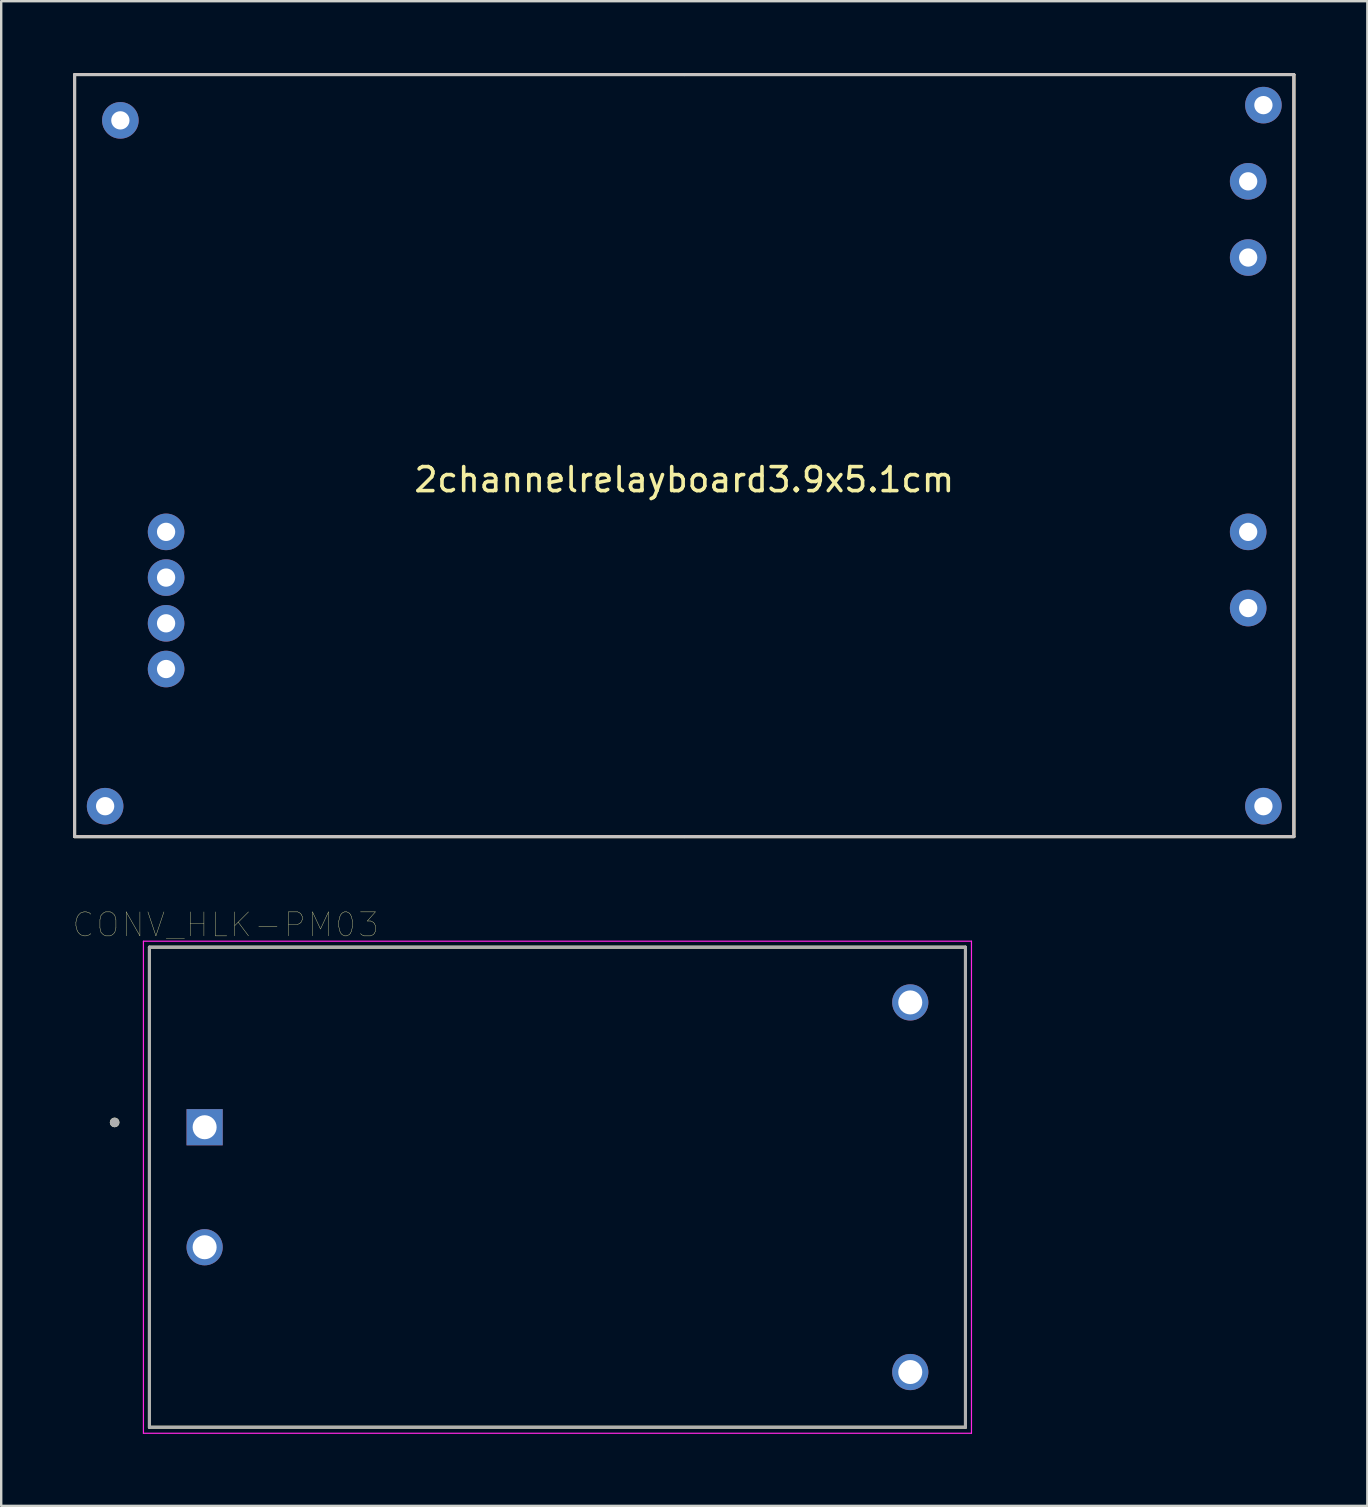
<source format=kicad_pcb>
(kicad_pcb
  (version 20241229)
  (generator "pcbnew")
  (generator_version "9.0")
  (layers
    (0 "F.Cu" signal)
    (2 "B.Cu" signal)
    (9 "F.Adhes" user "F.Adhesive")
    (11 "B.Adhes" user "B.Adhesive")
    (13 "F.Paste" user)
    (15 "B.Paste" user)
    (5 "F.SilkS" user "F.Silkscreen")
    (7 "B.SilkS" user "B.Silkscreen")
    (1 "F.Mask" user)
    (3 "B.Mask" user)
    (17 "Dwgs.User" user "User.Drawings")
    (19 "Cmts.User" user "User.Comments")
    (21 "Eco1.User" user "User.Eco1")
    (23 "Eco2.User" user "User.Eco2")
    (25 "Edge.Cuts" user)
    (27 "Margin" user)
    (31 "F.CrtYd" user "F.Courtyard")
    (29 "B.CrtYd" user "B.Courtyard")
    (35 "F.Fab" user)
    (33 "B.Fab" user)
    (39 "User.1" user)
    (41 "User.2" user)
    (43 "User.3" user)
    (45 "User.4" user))
  (footprint "2channelrelayboard3.9x5.1cm"
    (layer "F.Cu")
    (at 25.46 15.935)
    (property "Reference" "2channelrelayboard3.9x5.1cm" (at 0 1 0) (layer "F.SilkS") (effects (font (size 1 1) (thickness 0.15))))
    (attr through_hole)
    (fp_line (start -25.4 -15.875) (end 25.4 -15.875) (stroke (width 0.12) (type solid)) (layer "B.Mask"))
    (fp_line (start -25.4 15.875) (end -25.4 -15.875) (stroke (width 0.12) (type solid)) (layer "B.Mask"))
    (fp_line (start 25.4 -15.875) (end 25.4 15.875) (stroke (width 0.12) (type solid)) (layer "B.Mask"))
    (fp_line (start 25.4 15.875) (end -25.4 15.875) (stroke (width 0.12) (type solid)) (layer "B.Mask"))
    (fp_line (start -25.4 -15.875) (end 25.4 -15.875) (stroke (width 0.12) (type solid)) (layer "F.SilkS"))
    (fp_line (start -25.4 15.875) (end -25.4 -15.875) (stroke (width 0.12) (type solid)) (layer "F.SilkS"))
    (fp_line (start 25.4 -15.875) (end 25.4 15.875) (stroke (width 0.12) (type solid)) (layer "F.SilkS"))
    (fp_line (start 25.4 15.875) (end -25.4 15.875) (stroke (width 0.12) (type solid)) (layer "F.SilkS"))
    (fp_line (start -25.4 -15.875) (end 25.4 -15.875) (stroke (width 0.12) (type solid)) (layer "B.SilkS"))
    (fp_line (start -25.4 15.875) (end -25.4 -15.875) (stroke (width 0.12) (type solid)) (layer "B.SilkS"))
    (fp_line (start 25.4 -15.875) (end 25.4 15.875) (stroke (width 0.12) (type solid)) (layer "B.SilkS"))
    (fp_line (start 25.4 15.875) (end -25.4 15.875) (stroke (width 0.12) (type solid)) (layer "B.SilkS"))
    (fp_line (start -25.4 -15.875) (end 25.4 -15.875) (stroke (width 0.12) (type solid)) (layer "B.Adhes"))
    (fp_line (start -25.4 15.875) (end -25.4 -15.875) (stroke (width 0.12) (type solid)) (layer "B.Adhes"))
    (fp_line (start 25.4 -15.875) (end 25.4 15.875) (stroke (width 0.12) (type solid)) (layer "B.Adhes"))
    (fp_line (start 25.4 15.875) (end -25.4 15.875) (stroke (width 0.12) (type solid)) (layer "B.Adhes"))
    (fp_line (start -25.4 0) (end -25.4 -15.875) (stroke (width 0.12) (type solid)) (layer "Dwgs.User"))
    (fp_line (start -25.4 0) (end -25.4 15.875) (stroke (width 0.12) (type solid)) (layer "Dwgs.User"))
    (fp_line (start 0 -15.875) (end -25.4 -15.875) (stroke (width 0.12) (type solid)) (layer "Dwgs.User"))
    (fp_line (start 0 -15.875) (end 25.4 -15.875) (stroke (width 0.12) (type solid)) (layer "Dwgs.User"))
    (fp_line (start 0 15.875) (end -25.4 15.875) (stroke (width 0.12) (type solid)) (layer "Dwgs.User"))
    (fp_line (start 0 15.875) (end 25.4 15.875) (stroke (width 0.12) (type solid)) (layer "Dwgs.User"))
    (fp_line (start 25.4 -15.875) (end 25.4 15.875) (stroke (width 0.12) (type solid)) (layer "Dwgs.User"))
    (pad "" thru_hole circle (at -24.13 14.605) (size 1.524 1.524) (drill 0.762) (layers "*.Cu" "F.Mask" "B.Paste"))
    (pad "" thru_hole circle (at -23.495 -13.97) (size 1.524 1.524) (drill 0.762) (layers "*.Cu" "F.Mask" "B.Paste"))
    (pad "" thru_hole circle (at 24.13 -14.605) (size 1.524 1.524) (drill 0.762) (layers "*.Cu" "F.Mask" "B.Paste"))
    (pad "" thru_hole circle (at 24.13 14.605) (size 1.524 1.524) (drill 0.762) (layers "*.Cu" "F.Mask" "B.Paste"))
    (pad "1" thru_hole circle (at -21.59 3.175) (size 1.524 1.524) (drill 0.762) (layers "*.Cu" "*.Mask"))
    (pad "2" thru_hole circle (at -21.59 5.08) (size 1.524 1.524) (drill 0.762) (layers "*.Cu" "*.Mask"))
    (pad "3" thru_hole circle (at -21.59 6.985) (size 1.524 1.524) (drill 0.762) (layers "*.Cu" "*.Mask"))
    (pad "4" thru_hole circle (at -21.59 8.89) (size 1.524 1.524) (drill 0.762) (layers "*.Cu" "*.Mask"))
    (pad "5" thru_hole circle (at 23.495 -11.43) (size 1.524 1.524) (drill 0.762) (layers "*.Cu" "*.Mask"))
    (pad "6" thru_hole circle (at 23.495 -8.255) (size 1.524 1.524) (drill 0.762) (layers "*.Cu" "*.Mask"))
    (pad "7" thru_hole circle (at 23.495 3.175) (size 1.524 1.524) (drill 0.762) (layers "*.Cu" "*.Mask"))
    (pad "8" thru_hole circle (at 23.495 6.35) (size 1.524 1.524) (drill 0.762) (layers "*.Cu" "*.Mask")))
  (footprint "CONV_HLK-PM03"
    (layer "F.Cu")
    (at 20.176 46.416)
    (property "Reference" "CONV_HLK-PM03" (at -13.825 -10.935 0) (layer "F.SilkS") (effects (font (size 1 1) (thickness 0.015))))
    (attr through_hole)
    (fp_line (start -17 -10) (end -17 10) (stroke (width 0.127) (type solid)) (layer "F.SilkS"))
    (fp_line (start -17 10) (end 17 10) (stroke (width 0.127) (type solid)) (layer "F.SilkS"))
    (fp_line (start 17 -10) (end -17 -10) (stroke (width 0.127) (type solid)) (layer "F.SilkS"))
    (fp_line (start 17 10) (end 17 -10) (stroke (width 0.127) (type solid)) (layer "F.SilkS"))
    (fp_circle (center -18.45 -2.7) (end -18.35 -2.7) (stroke (width 0.2) (type solid)) (fill no) (layer "F.SilkS"))
    (fp_line (start -17.25 -10.25) (end -17.25 10.25) (stroke (width 0.05) (type solid)) (layer "F.CrtYd"))
    (fp_line (start -17.25 10.25) (end 17.25 10.25) (stroke (width 0.05) (type solid)) (layer "F.CrtYd"))
    (fp_line (start 17.25 -10.25) (end -17.25 -10.25) (stroke (width 0.05) (type solid)) (layer "F.CrtYd"))
    (fp_line (start 17.25 10.25) (end 17.25 -10.25) (stroke (width 0.05) (type solid)) (layer "F.CrtYd"))
    (fp_line (start -17 -10) (end -17 10) (stroke (width 0.127) (type solid)) (layer "F.Fab"))
    (fp_line (start -17 10) (end 17 10) (stroke (width 0.127) (type solid)) (layer "F.Fab"))
    (fp_line (start 17 -10) (end -17 -10) (stroke (width 0.127) (type solid)) (layer "F.Fab"))
    (fp_line (start 17 10) (end 17 -10) (stroke (width 0.127) (type solid)) (layer "F.Fab"))
    (fp_circle (center -18.45 -2.7) (end -18.35 -2.7) (stroke (width 0.2) (type solid)) (fill no) (layer "F.Fab"))
    (pad "1" thru_hole rect (at -14.7 -2.5) (size 1.508 1.508) (drill 1) (layers "*.Cu" "*.Mask"))
    (pad "2" thru_hole circle (at -14.7 2.5) (size 1.508 1.508) (drill 1) (layers "*.Cu" "*.Mask"))
    (pad "3" thru_hole circle (at 14.7 -7.7) (size 1.508 1.508) (drill 1) (layers "*.Cu" "*.Mask"))
    (pad "4" thru_hole circle (at 14.7 7.7) (size 1.508 1.508) (drill 1) (layers "*.Cu" "*.Mask")))
  (gr_rect
    (start -3 -3)
    (end 53.92 59.691)
    (stroke (width 0.1) (type default))
    (fill no)
    (layer "Edge.Cuts")))
</source>
